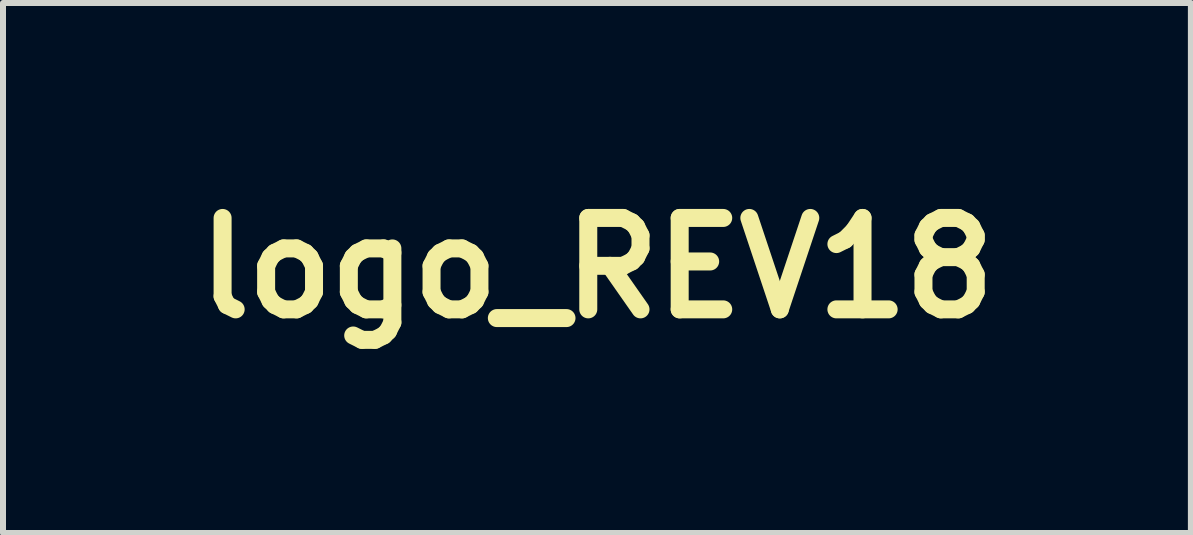
<source format=kicad_pcb>
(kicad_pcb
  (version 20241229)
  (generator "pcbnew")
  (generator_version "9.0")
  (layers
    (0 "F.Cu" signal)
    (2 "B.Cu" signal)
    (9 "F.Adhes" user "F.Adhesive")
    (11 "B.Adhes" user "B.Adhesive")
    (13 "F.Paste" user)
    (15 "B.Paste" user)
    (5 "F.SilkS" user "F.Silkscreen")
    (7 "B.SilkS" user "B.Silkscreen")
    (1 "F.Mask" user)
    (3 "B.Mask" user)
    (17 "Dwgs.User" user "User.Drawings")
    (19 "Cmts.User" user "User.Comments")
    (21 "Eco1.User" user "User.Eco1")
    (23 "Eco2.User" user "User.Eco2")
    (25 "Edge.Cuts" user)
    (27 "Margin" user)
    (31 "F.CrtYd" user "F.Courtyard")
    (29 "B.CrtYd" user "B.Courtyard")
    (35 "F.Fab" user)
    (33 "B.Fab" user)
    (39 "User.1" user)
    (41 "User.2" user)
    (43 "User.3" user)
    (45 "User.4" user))
  (footprint "logo_REV18"
    (layer "F.Cu")
    (at 6.902 1.418)
    (property "Reference" "logo_REV18" (at 0 0 0) (layer "F.SilkS") (effects (font (size 1.524 1.524) (thickness 0.3))))
    (attr through_hole)
    (fp_poly (pts (xy 0.975 -0.366) (xy 1.016 -0.339) (xy 1.032 -0.32) (xy 1.043 -0.295) (xy 1.051 -0.257) (xy 1.055 -0.199) (xy 1.058 -0.116) (xy 1.058 0.002) (xy 1.058 0.042) (xy 1.058 0.381) (xy 0.931 0.381) (xy 0.931 0.089) (xy 0.93 -0.04) (xy 0.926 -0.132) (xy 0.917 -0.194) (xy 0.901 -0.231) (xy 0.878 -0.249) (xy 0.845 -0.254) (xy 0.842 -0.254) (xy 0.814 -0.266) (xy 0.804 -0.309) (xy 0.804 -0.318) (xy 0.808 -0.358) (xy 0.826 -0.376) (xy 0.871 -0.381) (xy 0.889 -0.381) (xy 0.975 -0.366)) (stroke (width 0.01) (type solid)) (fill yes) (layer "F.Mask"))
    (fp_poly (pts (xy -0.125 -0.08) (xy -0.075 0.047) (xy -0.033 0.143) (xy 0.00021 0.204) (xy 0.022 0.228) (xy 0.023 0.228) (xy 0.04 0.219) (xy 0.065 0.184) (xy 0.097 0.12) (xy 0.14 0.021) (xy 0.178 -0.073) (xy 0.3 -0.381) (xy 0.372 -0.381) (xy 0.421 -0.378) (xy 0.444 -0.372) (xy 0.445 -0.37) (xy 0.437 -0.348) (xy 0.416 -0.293) (xy 0.385 -0.212) (xy 0.345 -0.111) (xy 0.305 -0.01) (xy 0.251 0.12) (xy 0.203 0.227) (xy 0.164 0.305) (xy 0.136 0.351) (xy 0.126 0.36) (xy 0.06 0.38) (xy -0.013 0.378) (xy -0.076 0.358) (xy -0.099 0.34) (xy -0.116 0.31) (xy -0.143 0.25) (xy -0.179 0.166) (xy -0.22 0.068) (xy -0.262 -0.036) (xy -0.302 -0.139) (xy -0.337 -0.232) (xy -0.364 -0.306) (xy -0.379 -0.354) (xy -0.381 -0.365) (xy -0.362 -0.376) (xy -0.317 -0.381) (xy -0.311 -0.381) (xy -0.241 -0.381) (xy -0.125 -0.08)) (stroke (width 0.01) (type solid)) (fill yes) (layer "F.Mask"))
    (fp_poly (pts (xy -1.527 -0.378) (xy -1.429 -0.369) (xy -1.36 -0.351) (xy -1.313 -0.321) (xy -1.281 -0.28) (xy -1.274 -0.265) (xy -1.247 -0.165) (xy -1.262 -0.073) (xy -1.319 0.011) (xy -1.323 0.015) (xy -1.397 0.089) (xy -1.323 0.211) (xy -1.285 0.277) (xy -1.259 0.329) (xy -1.249 0.357) (xy -1.267 0.374) (xy -1.311 0.381) (xy -1.311 0.381) (xy -1.345 0.377) (xy -1.375 0.359) (xy -1.407 0.321) (xy -1.449 0.254) (xy -1.463 0.232) (xy -1.551 0.083) (xy -1.659 0.089) (xy -1.767 0.095) (xy -1.774 0.238) (xy -1.778 0.314) (xy -1.784 0.356) (xy -1.798 0.376) (xy -1.824 0.381) (xy -1.842 0.381) (xy -1.905 0.381) (xy -1.905 0.195) (xy -1.902 0.092) (xy -1.893 0.019) (xy -1.88 -0.017) (xy -1.88 -0.017) (xy -1.844 -0.031) (xy -1.771 -0.039) (xy -1.667 -0.042) (xy -1.667 -0.042) (xy -1.553 -0.045) (xy -1.475 -0.055) (xy -1.427 -0.074) (xy -1.403 -0.106) (xy -1.397 -0.148) (xy -1.403 -0.191) (xy -1.426 -0.221) (xy -1.471 -0.24) (xy -1.545 -0.25) (xy -1.653 -0.254) (xy -1.692 -0.254) (xy -1.905 -0.254) (xy -1.905 -0.381) (xy -1.661 -0.381) (xy -1.527 -0.378)) (stroke (width 0.01) (type solid)) (fill yes) (layer "F.Mask"))
    (fp_poly (pts (xy -0.487 -0.254) (xy -0.686 -0.254) (xy -0.796 -0.253) (xy -0.872 -0.248) (xy -0.921 -0.237) (xy -0.952 -0.22) (xy -0.972 -0.193) (xy -0.975 -0.188) (xy -0.983 -0.15) (xy -0.957 -0.111) (xy -0.953 -0.106) (xy -0.928 -0.086) (xy -0.895 -0.074) (xy -0.844 -0.067) (xy -0.767 -0.064) (xy -0.697 -0.064) (xy -0.484 -0.064) (xy -0.491 -0.005) (xy -0.497 0.053) (xy -0.718 0.059) (xy -0.836 0.065) (xy -0.917 0.075) (xy -0.967 0.092) (xy -0.991 0.116) (xy -0.995 0.139) (xy -0.986 0.178) (xy -0.956 0.205) (xy -0.898 0.222) (xy -0.809 0.231) (xy -0.706 0.233) (xy -0.484 0.233) (xy -0.491 0.302) (xy -0.497 0.37) (xy -0.688 0.374) (xy -0.785 0.373) (xy -0.877 0.369) (xy -0.947 0.363) (xy -0.962 0.36) (xy -1.042 0.329) (xy -1.099 0.274) (xy -1.124 0.207) (xy -1.124 0.204) (xy -1.122 0.121) (xy -1.101 0.062) (xy -1.077 0.03) (xy -1.05 -0.003) (xy -1.052 -0.026) (xy -1.079 -0.053) (xy -1.115 -0.111) (xy -1.124 -0.186) (xy -1.107 -0.261) (xy -1.067 -0.319) (xy -1.041 -0.341) (xy -1.012 -0.356) (xy -0.972 -0.365) (xy -0.911 -0.371) (xy -0.821 -0.375) (xy -0.75 -0.377) (xy -0.487 -0.384) (xy -0.487 -0.254)) (stroke (width 0.01) (type solid)) (fill yes) (layer "F.Mask"))
    (fp_poly (pts (xy 1.664 -0.377) (xy 1.749 -0.365) (xy 1.8 -0.349) (xy 1.865 -0.296) (xy 1.901 -0.225) (xy 1.905 -0.148) (xy 1.875 -0.077) (xy 1.857 -0.057) (xy 1.81 -0.011) (xy 1.857 0.036) (xy 1.897 0.102) (xy 1.903 0.181) (xy 1.877 0.259) (xy 1.857 0.287) (xy 1.79 0.335) (xy 1.692 0.366) (xy 1.571 0.377) (xy 1.436 0.368) (xy 1.388 0.36) (xy 1.309 0.329) (xy 1.246 0.275) (xy 1.211 0.209) (xy 1.206 0.177) (xy 1.212 0.15) (xy 1.354 0.15) (xy 1.374 0.201) (xy 1.38 0.207) (xy 1.413 0.22) (xy 1.474 0.228) (xy 1.55 0.233) (xy 1.627 0.232) (xy 1.692 0.227) (xy 1.723 0.22) (xy 1.749 0.19) (xy 1.757 0.145) (xy 1.746 0.094) (xy 1.706 0.064) (xy 1.703 0.063) (xy 1.627 0.047) (xy 1.534 0.043) (xy 1.446 0.053) (xy 1.409 0.063) (xy 1.366 0.098) (xy 1.354 0.15) (xy 1.212 0.15) (xy 1.22 0.105) (xy 1.255 0.042) (xy 1.285 0.014) (xy 1.302 -0.004) (xy 1.285 -0.025) (xy 1.273 -0.034) (xy 1.229 -0.088) (xy 1.217 -0.143) (xy 1.357 -0.143) (xy 1.377 -0.098) (xy 1.392 -0.086) (xy 1.439 -0.073) (xy 1.512 -0.066) (xy 1.593 -0.065) (xy 1.666 -0.072) (xy 1.716 -0.085) (xy 1.716 -0.085) (xy 1.749 -0.123) (xy 1.757 -0.159) (xy 1.741 -0.209) (xy 1.716 -0.232) (xy 1.665 -0.246) (xy 1.59 -0.253) (xy 1.507 -0.252) (xy 1.435 -0.244) (xy 1.396 -0.232) (xy 1.363 -0.194) (xy 1.357 -0.143) (xy 1.217 -0.143) (xy 1.213 -0.16) (xy 1.224 -0.236) (xy 1.259 -0.304) (xy 1.314 -0.35) (xy 1.375 -0.368) (xy 1.463 -0.379) (xy 1.564 -0.382) (xy 1.664 -0.377)) (stroke (width 0.01) (type solid)) (fill yes) (layer "F.Mask")))
  (gr_rect
    (start -3 -3)
    (end 16.803 5.836)
    (stroke (width 0.1) (type default))
    (fill no)
    (layer "Edge.Cuts")))
</source>
